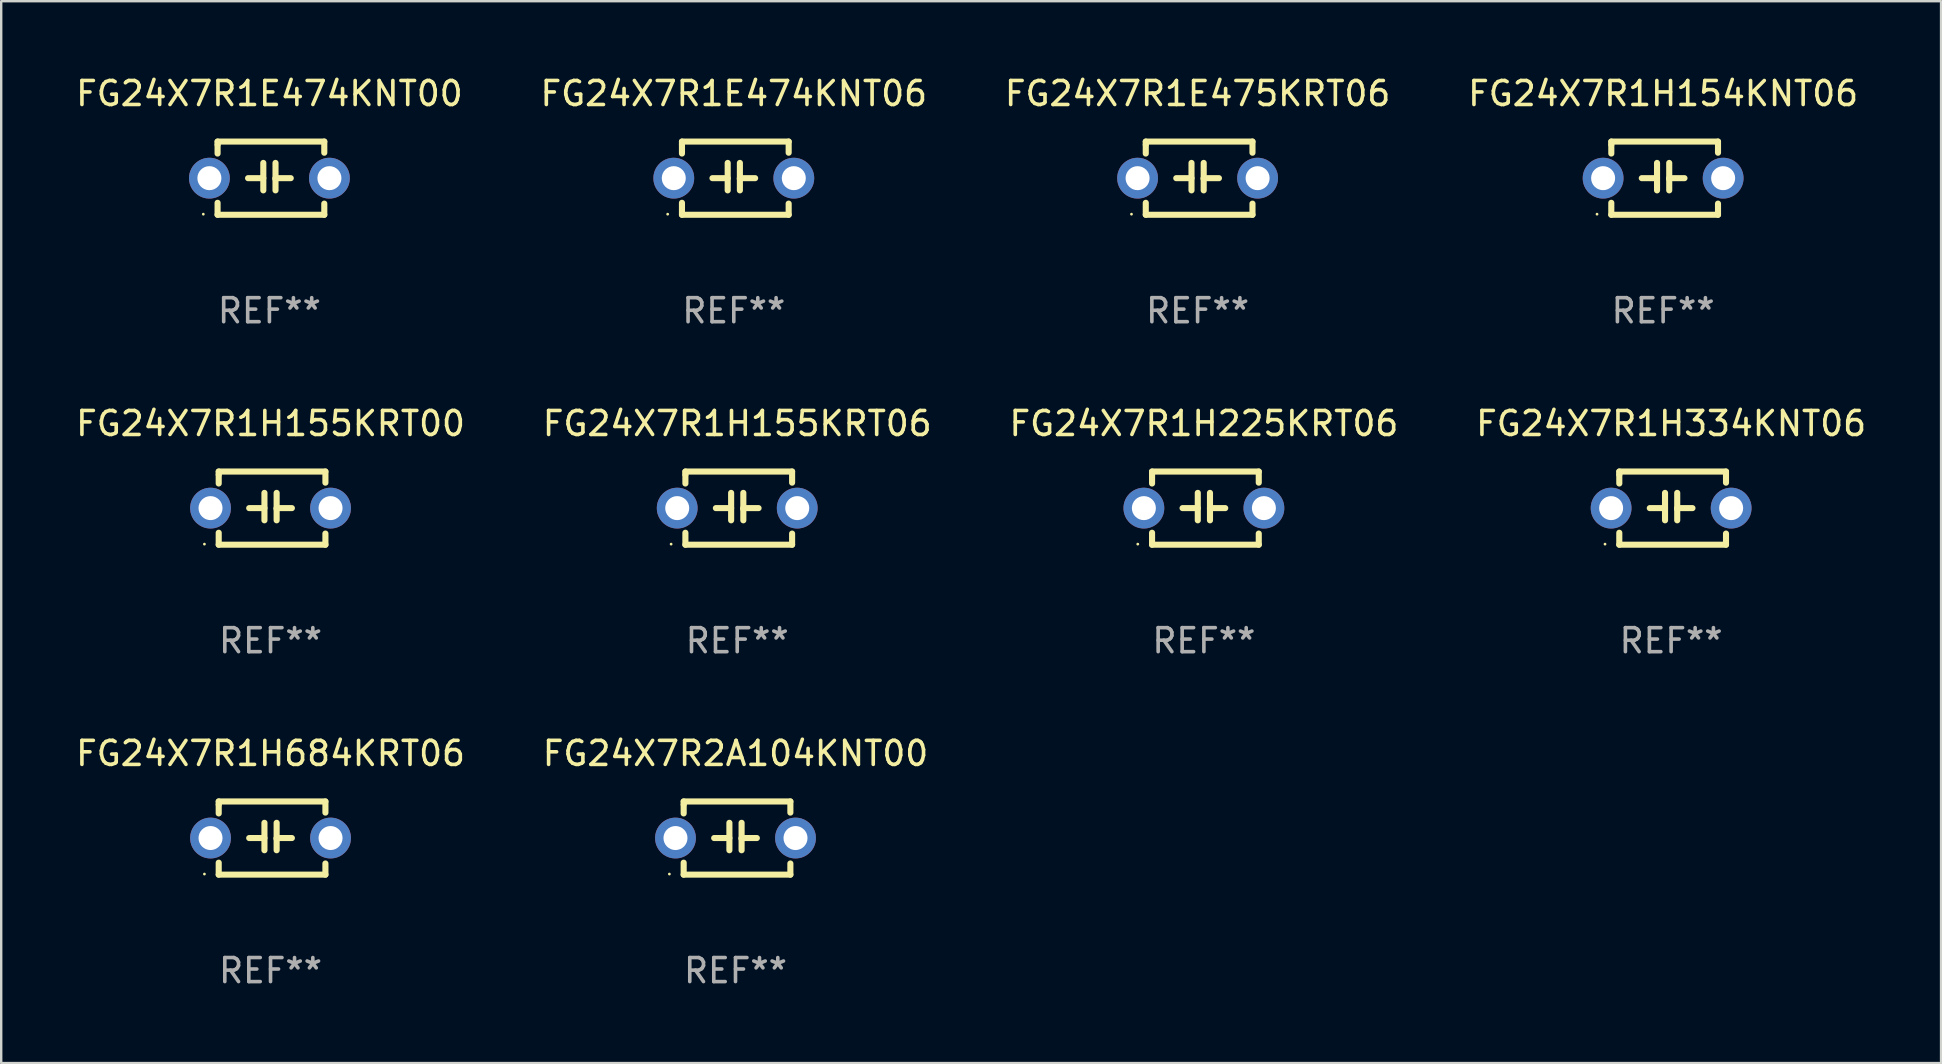
<source format=kicad_pcb>
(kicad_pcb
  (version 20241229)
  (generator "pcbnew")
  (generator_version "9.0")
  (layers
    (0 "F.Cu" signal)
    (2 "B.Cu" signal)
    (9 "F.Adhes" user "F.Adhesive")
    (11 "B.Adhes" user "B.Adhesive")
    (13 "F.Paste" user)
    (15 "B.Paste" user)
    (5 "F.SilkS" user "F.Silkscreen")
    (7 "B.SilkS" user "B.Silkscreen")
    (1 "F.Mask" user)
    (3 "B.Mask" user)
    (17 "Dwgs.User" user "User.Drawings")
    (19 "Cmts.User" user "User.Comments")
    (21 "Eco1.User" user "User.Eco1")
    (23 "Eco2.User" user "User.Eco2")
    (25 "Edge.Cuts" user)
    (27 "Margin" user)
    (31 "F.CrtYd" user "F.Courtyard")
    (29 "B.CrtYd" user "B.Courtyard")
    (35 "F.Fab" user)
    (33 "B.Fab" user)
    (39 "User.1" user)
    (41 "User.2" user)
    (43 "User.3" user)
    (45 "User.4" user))
  (footprint "FG24X7R1E474KNT06"
    (layer "F.Cu")
    (at 27.518 4.372)
    (property "Reference" "FG24X7R1E474KNT06" (at 0 -3.524 0) (layer "F.SilkS") (effects (font (size 1 1) (thickness 0.15))))
    (attr through_hole)
    (fp_line (start -2.159 -1.524) (end 2.286 -1.524) (stroke (width 0.254) (type solid)) (layer "F.SilkS"))
    (fp_line (start -2.159 -1.397) (end -2.159 -1.524) (stroke (width 0.254) (type solid)) (layer "F.SilkS"))
    (fp_line (start -2.159 -1.026) (end -2.159 -1.397) (stroke (width 0.254) (type solid)) (layer "F.SilkS"))
    (fp_line (start -2.159 1.524) (end -2.159 1.026) (stroke (width 0.254) (type solid)) (layer "F.SilkS"))
    (fp_line (start -0.889 0) (end -0.254 0) (stroke (width 0.254) (type solid)) (layer "F.SilkS"))
    (fp_line (start -0.254 0.508) (end -0.254 -0.635) (stroke (width 0.254) (type solid)) (layer "F.SilkS"))
    (fp_line (start 0.254 -0.635) (end 0.254 0.508) (stroke (width 0.254) (type solid)) (layer "F.SilkS"))
    (fp_line (start 0.254 0.04) (end 0.254 0.02) (stroke (width 0.254) (type solid)) (layer "F.SilkS"))
    (fp_line (start 0.889 0) (end 0.254 0) (stroke (width 0.254) (type solid)) (layer "F.SilkS"))
    (fp_line (start 2.286 -1.524) (end 2.286 -1.06) (stroke (width 0.254) (type solid)) (layer "F.SilkS"))
    (fp_line (start 2.286 1.06) (end 2.286 1.524) (stroke (width 0.254) (type solid)) (layer "F.SilkS"))
    (fp_line (start 2.286 1.524) (end -2.159 1.524) (stroke (width 0.254) (type solid)) (layer "F.SilkS"))
    (fp_circle (center -2.754 1.5) (end -2.724 1.5) (stroke (width 0.06) (type solid)) (fill no) (layer "F.SilkS"))
    (fp_text user "REF**" (at 0 5.524 0) (layer "F.Fab") (effects (font (size 1 1) (thickness 0.15))))
    (pad "1" thru_hole circle (at -2.5 0) (size 1.7 1.7) (drill 1) (layers "*.Cu" "*.Mask"))
    (pad "2" thru_hole circle (at 2.5 0) (size 1.7 1.7) (drill 1) (layers "*.Cu" "*.Mask")))
  (footprint "FG24X7R1H154KNT06"
    (layer "F.Cu")
    (at 66.232 4.372)
    (property "Reference" "FG24X7R1H154KNT06" (at 0 -3.524 0) (layer "F.SilkS") (effects (font (size 1 1) (thickness 0.15))))
    (attr through_hole)
    (fp_line (start -2.159 -1.524) (end 2.286 -1.524) (stroke (width 0.254) (type solid)) (layer "F.SilkS"))
    (fp_line (start -2.159 -1.397) (end -2.159 -1.524) (stroke (width 0.254) (type solid)) (layer "F.SilkS"))
    (fp_line (start -2.159 -1.026) (end -2.159 -1.397) (stroke (width 0.254) (type solid)) (layer "F.SilkS"))
    (fp_line (start -2.159 1.524) (end -2.159 1.026) (stroke (width 0.254) (type solid)) (layer "F.SilkS"))
    (fp_line (start -0.889 0) (end -0.254 0) (stroke (width 0.254) (type solid)) (layer "F.SilkS"))
    (fp_line (start -0.254 0.508) (end -0.254 -0.635) (stroke (width 0.254) (type solid)) (layer "F.SilkS"))
    (fp_line (start 0.254 -0.635) (end 0.254 0.508) (stroke (width 0.254) (type solid)) (layer "F.SilkS"))
    (fp_line (start 0.254 0.04) (end 0.254 0.02) (stroke (width 0.254) (type solid)) (layer "F.SilkS"))
    (fp_line (start 0.889 0) (end 0.254 0) (stroke (width 0.254) (type solid)) (layer "F.SilkS"))
    (fp_line (start 2.286 -1.524) (end 2.286 -1.06) (stroke (width 0.254) (type solid)) (layer "F.SilkS"))
    (fp_line (start 2.286 1.06) (end 2.286 1.524) (stroke (width 0.254) (type solid)) (layer "F.SilkS"))
    (fp_line (start 2.286 1.524) (end -2.159 1.524) (stroke (width 0.254) (type solid)) (layer "F.SilkS"))
    (fp_circle (center -2.754 1.5) (end -2.724 1.5) (stroke (width 0.06) (type solid)) (fill no) (layer "F.SilkS"))
    (fp_text user "REF**" (at 0 5.524 0) (layer "F.Fab") (effects (font (size 1 1) (thickness 0.15))))
    (pad "1" thru_hole circle (at -2.5 0) (size 1.7 1.7) (drill 1) (layers "*.Cu" "*.Mask"))
    (pad "2" thru_hole circle (at 2.5 0) (size 1.7 1.7) (drill 1) (layers "*.Cu" "*.Mask")))
  (footprint "FG24X7R1H155KRT06"
    (layer "F.Cu")
    (at 27.661 18.117)
    (property "Reference" "FG24X7R1H155KRT06" (at 0 -3.524 0) (layer "F.SilkS") (effects (font (size 1 1) (thickness 0.15))))
    (attr through_hole)
    (fp_line (start -2.159 -1.524) (end 2.286 -1.524) (stroke (width 0.254) (type solid)) (layer "F.SilkS"))
    (fp_line (start -2.159 -1.397) (end -2.159 -1.524) (stroke (width 0.254) (type solid)) (layer "F.SilkS"))
    (fp_line (start -2.159 -1.026) (end -2.159 -1.397) (stroke (width 0.254) (type solid)) (layer "F.SilkS"))
    (fp_line (start -2.159 1.524) (end -2.159 1.026) (stroke (width 0.254) (type solid)) (layer "F.SilkS"))
    (fp_line (start -0.889 0) (end -0.254 0) (stroke (width 0.254) (type solid)) (layer "F.SilkS"))
    (fp_line (start -0.254 0.508) (end -0.254 -0.635) (stroke (width 0.254) (type solid)) (layer "F.SilkS"))
    (fp_line (start 0.254 -0.635) (end 0.254 0.508) (stroke (width 0.254) (type solid)) (layer "F.SilkS"))
    (fp_line (start 0.254 0.04) (end 0.254 0.02) (stroke (width 0.254) (type solid)) (layer "F.SilkS"))
    (fp_line (start 0.889 0) (end 0.254 0) (stroke (width 0.254) (type solid)) (layer "F.SilkS"))
    (fp_line (start 2.286 -1.524) (end 2.286 -1.06) (stroke (width 0.254) (type solid)) (layer "F.SilkS"))
    (fp_line (start 2.286 1.06) (end 2.286 1.524) (stroke (width 0.254) (type solid)) (layer "F.SilkS"))
    (fp_line (start 2.286 1.524) (end -2.159 1.524) (stroke (width 0.254) (type solid)) (layer "F.SilkS"))
    (fp_circle (center -2.754 1.5) (end -2.724 1.5) (stroke (width 0.06) (type solid)) (fill no) (layer "F.SilkS"))
    (fp_text user "REF**" (at 0 5.524 0) (layer "F.Fab") (effects (font (size 1 1) (thickness 0.15))))
    (pad "1" thru_hole circle (at -2.5 0) (size 1.7 1.7) (drill 1) (layers "*.Cu" "*.Mask"))
    (pad "2" thru_hole circle (at 2.5 0) (size 1.7 1.7) (drill 1) (layers "*.Cu" "*.Mask")))
  (footprint "FG24X7R1H684KRT06"
    (layer "F.Cu")
    (at 8.22 31.861)
    (property "Reference" "FG24X7R1H684KRT06" (at 0 -3.524 0) (layer "F.SilkS") (effects (font (size 1 1) (thickness 0.15))))
    (attr through_hole)
    (fp_line (start -2.159 -1.524) (end 2.286 -1.524) (stroke (width 0.254) (type solid)) (layer "F.SilkS"))
    (fp_line (start -2.159 -1.397) (end -2.159 -1.524) (stroke (width 0.254) (type solid)) (layer "F.SilkS"))
    (fp_line (start -2.159 -1.026) (end -2.159 -1.397) (stroke (width 0.254) (type solid)) (layer "F.SilkS"))
    (fp_line (start -2.159 1.524) (end -2.159 1.026) (stroke (width 0.254) (type solid)) (layer "F.SilkS"))
    (fp_line (start -0.889 0) (end -0.254 0) (stroke (width 0.254) (type solid)) (layer "F.SilkS"))
    (fp_line (start -0.254 0.508) (end -0.254 -0.635) (stroke (width 0.254) (type solid)) (layer "F.SilkS"))
    (fp_line (start 0.254 -0.635) (end 0.254 0.508) (stroke (width 0.254) (type solid)) (layer "F.SilkS"))
    (fp_line (start 0.254 0.04) (end 0.254 0.02) (stroke (width 0.254) (type solid)) (layer "F.SilkS"))
    (fp_line (start 0.889 0) (end 0.254 0) (stroke (width 0.254) (type solid)) (layer "F.SilkS"))
    (fp_line (start 2.286 -1.524) (end 2.286 -1.06) (stroke (width 0.254) (type solid)) (layer "F.SilkS"))
    (fp_line (start 2.286 1.06) (end 2.286 1.524) (stroke (width 0.254) (type solid)) (layer "F.SilkS"))
    (fp_line (start 2.286 1.524) (end -2.159 1.524) (stroke (width 0.254) (type solid)) (layer "F.SilkS"))
    (fp_circle (center -2.754 1.5) (end -2.724 1.5) (stroke (width 0.06) (type solid)) (fill no) (layer "F.SilkS"))
    (fp_text user "REF**" (at 0 5.524 0) (layer "F.Fab") (effects (font (size 1 1) (thickness 0.15))))
    (pad "1" thru_hole circle (at -2.5 0) (size 1.7 1.7) (drill 1) (layers "*.Cu" "*.Mask"))
    (pad "2" thru_hole circle (at 2.5 0) (size 1.7 1.7) (drill 1) (layers "*.Cu" "*.Mask")))
  (footprint "FG24X7R1H155KRT00"
    (layer "F.Cu")
    (at 8.22 18.117)
    (property "Reference" "FG24X7R1H155KRT00" (at 0 -3.524 0) (layer "F.SilkS") (effects (font (size 1 1) (thickness 0.15))))
    (attr through_hole)
    (fp_line (start -2.159 -1.524) (end 2.286 -1.524) (stroke (width 0.254) (type solid)) (layer "F.SilkS"))
    (fp_line (start -2.159 -1.397) (end -2.159 -1.524) (stroke (width 0.254) (type solid)) (layer "F.SilkS"))
    (fp_line (start -2.159 -1.026) (end -2.159 -1.397) (stroke (width 0.254) (type solid)) (layer "F.SilkS"))
    (fp_line (start -2.159 1.524) (end -2.159 1.026) (stroke (width 0.254) (type solid)) (layer "F.SilkS"))
    (fp_line (start -0.889 0) (end -0.254 0) (stroke (width 0.254) (type solid)) (layer "F.SilkS"))
    (fp_line (start -0.254 0.508) (end -0.254 -0.635) (stroke (width 0.254) (type solid)) (layer "F.SilkS"))
    (fp_line (start 0.254 -0.635) (end 0.254 0.508) (stroke (width 0.254) (type solid)) (layer "F.SilkS"))
    (fp_line (start 0.254 0.04) (end 0.254 0.02) (stroke (width 0.254) (type solid)) (layer "F.SilkS"))
    (fp_line (start 0.889 0) (end 0.254 0) (stroke (width 0.254) (type solid)) (layer "F.SilkS"))
    (fp_line (start 2.286 -1.524) (end 2.286 -1.06) (stroke (width 0.254) (type solid)) (layer "F.SilkS"))
    (fp_line (start 2.286 1.06) (end 2.286 1.524) (stroke (width 0.254) (type solid)) (layer "F.SilkS"))
    (fp_line (start 2.286 1.524) (end -2.159 1.524) (stroke (width 0.254) (type solid)) (layer "F.SilkS"))
    (fp_circle (center -2.754 1.5) (end -2.724 1.5) (stroke (width 0.06) (type solid)) (fill no) (layer "F.SilkS"))
    (fp_text user "REF**" (at 0 5.524 0) (layer "F.Fab") (effects (font (size 1 1) (thickness 0.15))))
    (pad "1" thru_hole circle (at -2.5 0) (size 1.7 1.7) (drill 1) (layers "*.Cu" "*.Mask"))
    (pad "2" thru_hole circle (at 2.5 0) (size 1.7 1.7) (drill 1) (layers "*.Cu" "*.Mask")))
  (footprint "FG24X7R1E474KNT00"
    (layer "F.Cu")
    (at 8.173 4.372)
    (property "Reference" "FG24X7R1E474KNT00" (at 0 -3.524 0) (layer "F.SilkS") (effects (font (size 1 1) (thickness 0.15))))
    (attr through_hole)
    (fp_line (start -2.159 -1.524) (end 2.286 -1.524) (stroke (width 0.254) (type solid)) (layer "F.SilkS"))
    (fp_line (start -2.159 -1.397) (end -2.159 -1.524) (stroke (width 0.254) (type solid)) (layer "F.SilkS"))
    (fp_line (start -2.159 -1.026) (end -2.159 -1.397) (stroke (width 0.254) (type solid)) (layer "F.SilkS"))
    (fp_line (start -2.159 1.524) (end -2.159 1.026) (stroke (width 0.254) (type solid)) (layer "F.SilkS"))
    (fp_line (start -0.889 0) (end -0.254 0) (stroke (width 0.254) (type solid)) (layer "F.SilkS"))
    (fp_line (start -0.254 0.508) (end -0.254 -0.635) (stroke (width 0.254) (type solid)) (layer "F.SilkS"))
    (fp_line (start 0.254 -0.635) (end 0.254 0.508) (stroke (width 0.254) (type solid)) (layer "F.SilkS"))
    (fp_line (start 0.254 0.04) (end 0.254 0.02) (stroke (width 0.254) (type solid)) (layer "F.SilkS"))
    (fp_line (start 0.889 0) (end 0.254 0) (stroke (width 0.254) (type solid)) (layer "F.SilkS"))
    (fp_line (start 2.286 -1.524) (end 2.286 -1.06) (stroke (width 0.254) (type solid)) (layer "F.SilkS"))
    (fp_line (start 2.286 1.06) (end 2.286 1.524) (stroke (width 0.254) (type solid)) (layer "F.SilkS"))
    (fp_line (start 2.286 1.524) (end -2.159 1.524) (stroke (width 0.254) (type solid)) (layer "F.SilkS"))
    (fp_circle (center -2.754 1.5) (end -2.724 1.5) (stroke (width 0.06) (type solid)) (fill no) (layer "F.SilkS"))
    (fp_text user "REF**" (at 0 5.524 0) (layer "F.Fab") (effects (font (size 1 1) (thickness 0.15))))
    (pad "1" thru_hole circle (at -2.5 0) (size 1.7 1.7) (drill 1) (layers "*.Cu" "*.Mask"))
    (pad "2" thru_hole circle (at 2.5 0) (size 1.7 1.7) (drill 1) (layers "*.Cu" "*.Mask")))
  (footprint "FG24X7R1H334KNT06"
    (layer "F.Cu")
    (at 66.565 18.117)
    (property "Reference" "FG24X7R1H334KNT06" (at 0 -3.524 0) (layer "F.SilkS") (effects (font (size 1 1) (thickness 0.15))))
    (attr through_hole)
    (fp_line (start -2.159 -1.524) (end 2.286 -1.524) (stroke (width 0.254) (type solid)) (layer "F.SilkS"))
    (fp_line (start -2.159 -1.397) (end -2.159 -1.524) (stroke (width 0.254) (type solid)) (layer "F.SilkS"))
    (fp_line (start -2.159 -1.026) (end -2.159 -1.397) (stroke (width 0.254) (type solid)) (layer "F.SilkS"))
    (fp_line (start -2.159 1.524) (end -2.159 1.026) (stroke (width 0.254) (type solid)) (layer "F.SilkS"))
    (fp_line (start -0.889 0) (end -0.254 0) (stroke (width 0.254) (type solid)) (layer "F.SilkS"))
    (fp_line (start -0.254 0.508) (end -0.254 -0.635) (stroke (width 0.254) (type solid)) (layer "F.SilkS"))
    (fp_line (start 0.254 -0.635) (end 0.254 0.508) (stroke (width 0.254) (type solid)) (layer "F.SilkS"))
    (fp_line (start 0.254 0.04) (end 0.254 0.02) (stroke (width 0.254) (type solid)) (layer "F.SilkS"))
    (fp_line (start 0.889 0) (end 0.254 0) (stroke (width 0.254) (type solid)) (layer "F.SilkS"))
    (fp_line (start 2.286 -1.524) (end 2.286 -1.06) (stroke (width 0.254) (type solid)) (layer "F.SilkS"))
    (fp_line (start 2.286 1.06) (end 2.286 1.524) (stroke (width 0.254) (type solid)) (layer "F.SilkS"))
    (fp_line (start 2.286 1.524) (end -2.159 1.524) (stroke (width 0.254) (type solid)) (layer "F.SilkS"))
    (fp_circle (center -2.754 1.5) (end -2.724 1.5) (stroke (width 0.06) (type solid)) (fill no) (layer "F.SilkS"))
    (fp_text user "REF**" (at 0 5.524 0) (layer "F.Fab") (effects (font (size 1 1) (thickness 0.15))))
    (pad "1" thru_hole circle (at -2.5 0) (size 1.7 1.7) (drill 1) (layers "*.Cu" "*.Mask"))
    (pad "2" thru_hole circle (at 2.5 0) (size 1.7 1.7) (drill 1) (layers "*.Cu" "*.Mask")))
  (footprint "FG24X7R2A104KNT00"
    (layer "F.Cu")
    (at 27.589 31.861)
    (property "Reference" "FG24X7R2A104KNT00" (at 0 -3.524 0) (layer "F.SilkS") (effects (font (size 1 1) (thickness 0.15))))
    (attr through_hole)
    (fp_line (start -2.159 -1.524) (end 2.286 -1.524) (stroke (width 0.254) (type solid)) (layer "F.SilkS"))
    (fp_line (start -2.159 -1.397) (end -2.159 -1.524) (stroke (width 0.254) (type solid)) (layer "F.SilkS"))
    (fp_line (start -2.159 -1.026) (end -2.159 -1.397) (stroke (width 0.254) (type solid)) (layer "F.SilkS"))
    (fp_line (start -2.159 1.524) (end -2.159 1.026) (stroke (width 0.254) (type solid)) (layer "F.SilkS"))
    (fp_line (start -0.889 0) (end -0.254 0) (stroke (width 0.254) (type solid)) (layer "F.SilkS"))
    (fp_line (start -0.254 0.508) (end -0.254 -0.635) (stroke (width 0.254) (type solid)) (layer "F.SilkS"))
    (fp_line (start 0.254 -0.635) (end 0.254 0.508) (stroke (width 0.254) (type solid)) (layer "F.SilkS"))
    (fp_line (start 0.254 0.04) (end 0.254 0.02) (stroke (width 0.254) (type solid)) (layer "F.SilkS"))
    (fp_line (start 0.889 0) (end 0.254 0) (stroke (width 0.254) (type solid)) (layer "F.SilkS"))
    (fp_line (start 2.286 -1.524) (end 2.286 -1.06) (stroke (width 0.254) (type solid)) (layer "F.SilkS"))
    (fp_line (start 2.286 1.06) (end 2.286 1.524) (stroke (width 0.254) (type solid)) (layer "F.SilkS"))
    (fp_line (start 2.286 1.524) (end -2.159 1.524) (stroke (width 0.254) (type solid)) (layer "F.SilkS"))
    (fp_circle (center -2.754 1.5) (end -2.724 1.5) (stroke (width 0.06) (type solid)) (fill no) (layer "F.SilkS"))
    (fp_text user "REF**" (at 0 5.524 0) (layer "F.Fab") (effects (font (size 1 1) (thickness 0.15))))
    (pad "1" thru_hole circle (at -2.5 0) (size 1.7 1.7) (drill 1) (layers "*.Cu" "*.Mask"))
    (pad "2" thru_hole circle (at 2.5 0) (size 1.7 1.7) (drill 1) (layers "*.Cu" "*.Mask")))
  (footprint "FG24X7R1H225KRT06"
    (layer "F.Cu")
    (at 47.101 18.117)
    (property "Reference" "FG24X7R1H225KRT06" (at 0 -3.524 0) (layer "F.SilkS") (effects (font (size 1 1) (thickness 0.15))))
    (attr through_hole)
    (fp_line (start -2.159 -1.524) (end 2.286 -1.524) (stroke (width 0.254) (type solid)) (layer "F.SilkS"))
    (fp_line (start -2.159 -1.397) (end -2.159 -1.524) (stroke (width 0.254) (type solid)) (layer "F.SilkS"))
    (fp_line (start -2.159 -1.026) (end -2.159 -1.397) (stroke (width 0.254) (type solid)) (layer "F.SilkS"))
    (fp_line (start -2.159 1.524) (end -2.159 1.026) (stroke (width 0.254) (type solid)) (layer "F.SilkS"))
    (fp_line (start -0.889 0) (end -0.254 0) (stroke (width 0.254) (type solid)) (layer "F.SilkS"))
    (fp_line (start -0.254 0.508) (end -0.254 -0.635) (stroke (width 0.254) (type solid)) (layer "F.SilkS"))
    (fp_line (start 0.254 -0.635) (end 0.254 0.508) (stroke (width 0.254) (type solid)) (layer "F.SilkS"))
    (fp_line (start 0.254 0.04) (end 0.254 0.02) (stroke (width 0.254) (type solid)) (layer "F.SilkS"))
    (fp_line (start 0.889 0) (end 0.254 0) (stroke (width 0.254) (type solid)) (layer "F.SilkS"))
    (fp_line (start 2.286 -1.524) (end 2.286 -1.06) (stroke (width 0.254) (type solid)) (layer "F.SilkS"))
    (fp_line (start 2.286 1.06) (end 2.286 1.524) (stroke (width 0.254) (type solid)) (layer "F.SilkS"))
    (fp_line (start 2.286 1.524) (end -2.159 1.524) (stroke (width 0.254) (type solid)) (layer "F.SilkS"))
    (fp_circle (center -2.754 1.5) (end -2.724 1.5) (stroke (width 0.06) (type solid)) (fill no) (layer "F.SilkS"))
    (fp_text user "REF**" (at 0 5.524 0) (layer "F.Fab") (effects (font (size 1 1) (thickness 0.15))))
    (pad "1" thru_hole circle (at -2.5 0) (size 1.7 1.7) (drill 1) (layers "*.Cu" "*.Mask"))
    (pad "2" thru_hole circle (at 2.5 0) (size 1.7 1.7) (drill 1) (layers "*.Cu" "*.Mask")))
  (footprint "FG24X7R1E475KRT06"
    (layer "F.Cu")
    (at 46.839 4.372)
    (property "Reference" "FG24X7R1E475KRT06" (at 0 -3.524 0) (layer "F.SilkS") (effects (font (size 1 1) (thickness 0.15))))
    (attr through_hole)
    (fp_line (start -2.159 -1.524) (end 2.286 -1.524) (stroke (width 0.254) (type solid)) (layer "F.SilkS"))
    (fp_line (start -2.159 -1.397) (end -2.159 -1.524) (stroke (width 0.254) (type solid)) (layer "F.SilkS"))
    (fp_line (start -2.159 -1.026) (end -2.159 -1.397) (stroke (width 0.254) (type solid)) (layer "F.SilkS"))
    (fp_line (start -2.159 1.524) (end -2.159 1.026) (stroke (width 0.254) (type solid)) (layer "F.SilkS"))
    (fp_line (start -0.889 0) (end -0.254 0) (stroke (width 0.254) (type solid)) (layer "F.SilkS"))
    (fp_line (start -0.254 0.508) (end -0.254 -0.635) (stroke (width 0.254) (type solid)) (layer "F.SilkS"))
    (fp_line (start 0.254 -0.635) (end 0.254 0.508) (stroke (width 0.254) (type solid)) (layer "F.SilkS"))
    (fp_line (start 0.254 0.04) (end 0.254 0.02) (stroke (width 0.254) (type solid)) (layer "F.SilkS"))
    (fp_line (start 0.889 0) (end 0.254 0) (stroke (width 0.254) (type solid)) (layer "F.SilkS"))
    (fp_line (start 2.286 -1.524) (end 2.286 -1.06) (stroke (width 0.254) (type solid)) (layer "F.SilkS"))
    (fp_line (start 2.286 1.06) (end 2.286 1.524) (stroke (width 0.254) (type solid)) (layer "F.SilkS"))
    (fp_line (start 2.286 1.524) (end -2.159 1.524) (stroke (width 0.254) (type solid)) (layer "F.SilkS"))
    (fp_circle (center -2.754 1.5) (end -2.724 1.5) (stroke (width 0.06) (type solid)) (fill no) (layer "F.SilkS"))
    (fp_text user "REF**" (at 0 5.524 0) (layer "F.Fab") (effects (font (size 1 1) (thickness 0.15))))
    (pad "1" thru_hole circle (at -2.5 0) (size 1.7 1.7) (drill 1) (layers "*.Cu" "*.Mask"))
    (pad "2" thru_hole circle (at 2.5 0) (size 1.7 1.7) (drill 1) (layers "*.Cu" "*.Mask")))
  (gr_rect
    (start -3 -3)
    (end 77.81 41.234)
    (stroke (width 0.1) (type default))
    (fill no)
    (layer "Edge.Cuts")))
</source>
